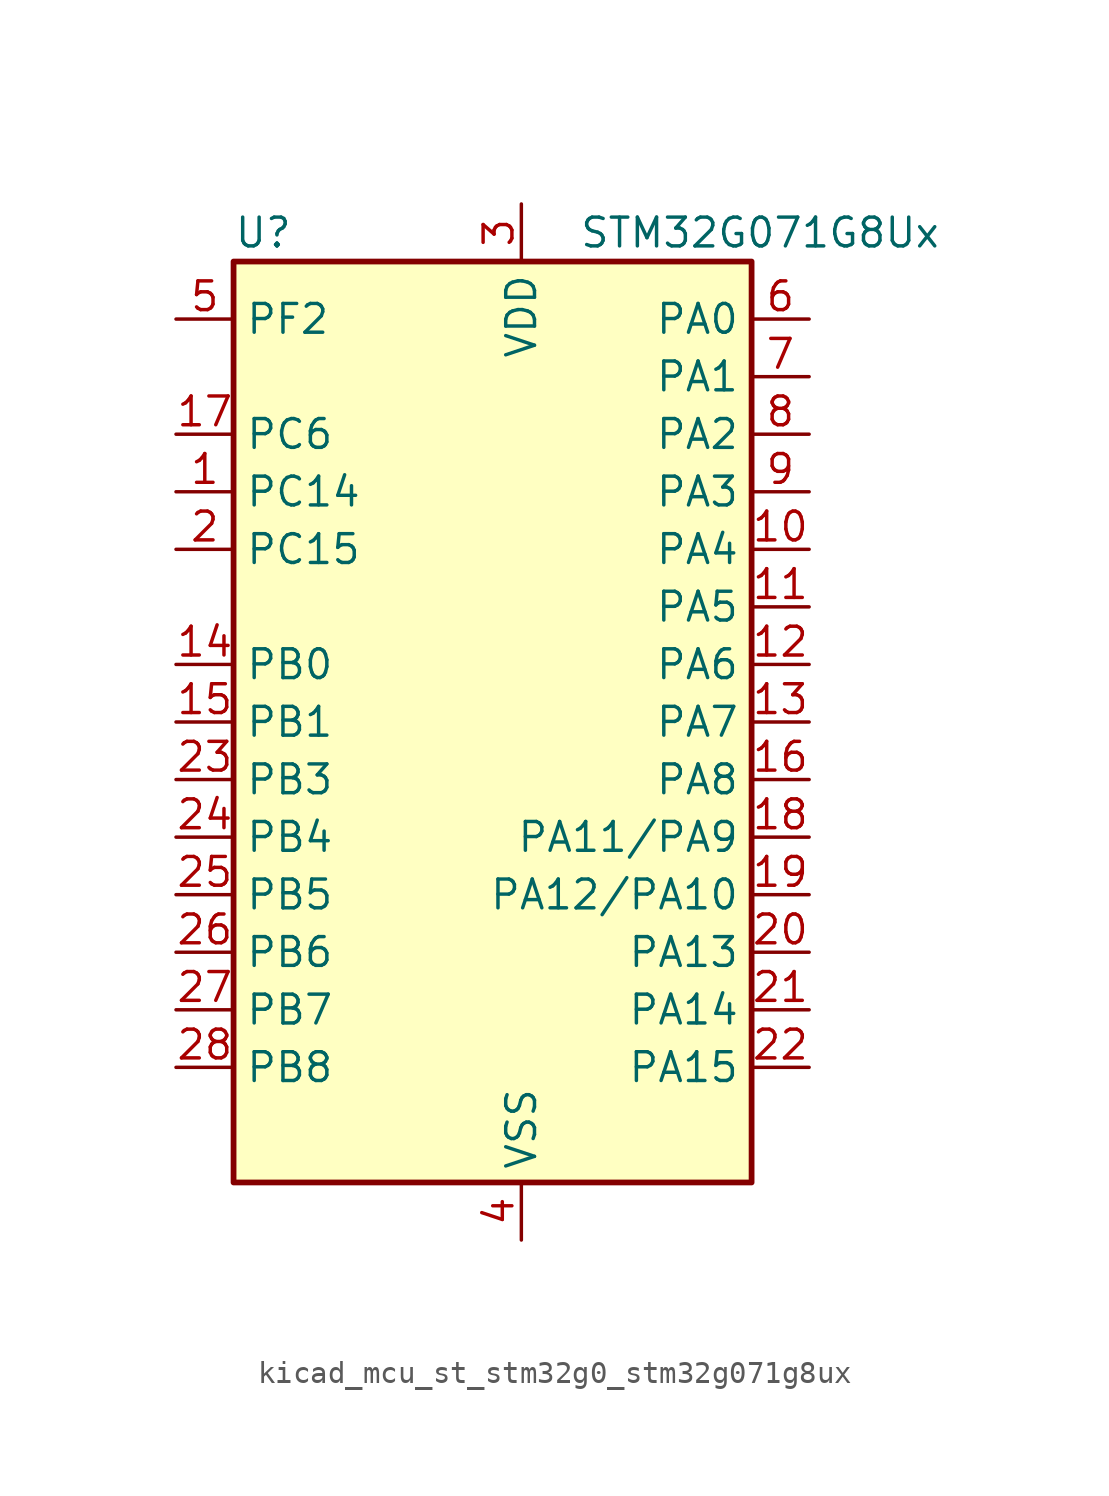
<source format=kicad_sym>
(kicad_symbol_lib
  (version 20220914)
  (generator kicad_symbol_editor)
  (symbol "kicad_mcu_st_stm32g0_stm32g071g8ux"
    (property "Reference" "U"
      (at -10.16 21.59 0)
      (effects (font (size 1.27 1.27)) (justify left)))
    (property "Value" "STM32G071G8Ux"
      (at 5.08 21.59 0)
      (effects (font (size 1.27 1.27)) (justify left)))
    (property "ki_locked" ""
      (at 0 0 0)
      (effects (font (size 1.27 1.27))))
    (symbol "kicad_mcu_st_stm32g0_stm32g071g8ux_0_1"
      (rectangle (start -10.16 -20.32) (end 12.7 20.32) (stroke (width 0.254) (type default)) (fill (type background))))
    (symbol "kicad_mcu_st_stm32g0_stm32g071g8ux_1_1"
      (pin bidirectional line (at -12.7 10.16 0) (length 2.54) (name "PC14" (effects (font (size 1.27 1.27)))) (number "1" (effects (font (size 1.27 1.27)))) (alternate "RCC_OSC32_IN" bidirectional line) (alternate "RCC_OSC_IN" bidirectional line) (alternate "TIM1_BK2" bidirectional line))
      (pin bidirectional line (at 15.24 7.62 180) (length 2.54) (name "PA4" (effects (font (size 1.27 1.27)))) (number "10" (effects (font (size 1.27 1.27)))) (alternate "ADC1_IN4" bidirectional line) (alternate "DAC1_OUT1" bidirectional line) (alternate "I2S1_WS" bidirectional line) (alternate "LPTIM2_OUT" bidirectional line) (alternate "RTC_OUT_ALARM" bidirectional line) (alternate "RTC_OUT_CALIB" bidirectional line) (alternate "RTC_TAMP_IN1" bidirectional line) (alternate "RTC_TS" bidirectional line) (alternate "SPI1_NSS" bidirectional line) (alternate "SPI2_MOSI" bidirectional line) (alternate "SYS_WKUP2" bidirectional line) (alternate "TIM14_CH1" bidirectional line))
      (pin bidirectional line (at 15.24 5.08 180) (length 2.54) (name "PA5" (effects (font (size 1.27 1.27)))) (number "11" (effects (font (size 1.27 1.27)))) (alternate "ADC1_IN5" bidirectional line) (alternate "CEC" bidirectional line) (alternate "DAC1_OUT2" bidirectional line) (alternate "I2S1_CK" bidirectional line) (alternate "LPTIM2_ETR" bidirectional line) (alternate "SPI1_SCK" bidirectional line) (alternate "TIM2_CH1" bidirectional line) (alternate "TIM2_ETR" bidirectional line) (alternate "UCPD1_FRSTX1" bidirectional line) (alternate "UCPD1_FRSTX2" bidirectional line) (alternate "USART3_TX" bidirectional line))
      (pin bidirectional line (at 15.24 2.54 180) (length 2.54) (name "PA6" (effects (font (size 1.27 1.27)))) (number "12" (effects (font (size 1.27 1.27)))) (alternate "ADC1_IN6" bidirectional line) (alternate "COMP1_OUT" bidirectional line) (alternate "I2S1_MCK" bidirectional line) (alternate "LPUART1_CTS" bidirectional line) (alternate "SPI1_MISO" bidirectional line) (alternate "TIM16_CH1" bidirectional line) (alternate "TIM1_BK" bidirectional line) (alternate "TIM3_CH1" bidirectional line) (alternate "USART3_CTS" bidirectional line) (alternate "USART3_NSS" bidirectional line))
      (pin bidirectional line (at 15.24 0 180) (length 2.54) (name "PA7" (effects (font (size 1.27 1.27)))) (number "13" (effects (font (size 1.27 1.27)))) (alternate "ADC1_IN7" bidirectional line) (alternate "COMP2_OUT" bidirectional line) (alternate "I2S1_SD" bidirectional line) (alternate "SPI1_MOSI" bidirectional line) (alternate "TIM14_CH1" bidirectional line) (alternate "TIM17_CH1" bidirectional line) (alternate "TIM1_CH1N" bidirectional line) (alternate "TIM3_CH2" bidirectional line) (alternate "UCPD1_FRSTX1" bidirectional line) (alternate "UCPD1_FRSTX2" bidirectional line))
      (pin bidirectional line (at -12.7 2.54 0) (length 2.54) (name "PB0" (effects (font (size 1.27 1.27)))) (number "14" (effects (font (size 1.27 1.27)))) (alternate "ADC1_IN8" bidirectional line) (alternate "COMP1_OUT" bidirectional line) (alternate "I2S1_WS" bidirectional line) (alternate "LPTIM1_OUT" bidirectional line) (alternate "SPI1_NSS" bidirectional line) (alternate "TIM1_CH2N" bidirectional line) (alternate "TIM3_CH3" bidirectional line) (alternate "UCPD1_FRSTX1" bidirectional line) (alternate "UCPD1_FRSTX2" bidirectional line) (alternate "USART3_RX" bidirectional line))
      (pin bidirectional line (at -12.7 0 0) (length 2.54) (name "PB1" (effects (font (size 1.27 1.27)))) (number "15" (effects (font (size 1.27 1.27)))) (alternate "ADC1_IN9" bidirectional line) (alternate "COMP1_INM" bidirectional line) (alternate "LPTIM2_IN1" bidirectional line) (alternate "LPUART1_DE" bidirectional line) (alternate "LPUART1_RTS" bidirectional line) (alternate "TIM14_CH1" bidirectional line) (alternate "TIM1_CH3N" bidirectional line) (alternate "TIM3_CH4" bidirectional line) (alternate "USART3_CK" bidirectional line) (alternate "USART3_DE" bidirectional line) (alternate "USART3_RTS" bidirectional line))
      (pin bidirectional line (at 15.24 -2.54 180) (length 2.54) (name "PA8" (effects (font (size 1.27 1.27)))) (number "16" (effects (font (size 1.27 1.27)))) (alternate "LPTIM2_OUT" bidirectional line) (alternate "RCC_MCO" bidirectional line) (alternate "SPI2_NSS" bidirectional line) (alternate "TIM1_CH1" bidirectional line) (alternate "UCPD1_CC1" bidirectional line))
      (pin bidirectional line (at -12.7 12.7 0) (length 2.54) (name "PC6" (effects (font (size 1.27 1.27)))) (number "17" (effects (font (size 1.27 1.27)))) (alternate "TIM2_CH3" bidirectional line) (alternate "TIM3_CH1" bidirectional line) (alternate "UCPD1_FRSTX1" bidirectional line) (alternate "UCPD1_FRSTX2" bidirectional line))
      (pin bidirectional line (at 15.24 -5.08 180) (length 2.54) (name "PA11/PA9" (effects (font (size 1.27 1.27)))) (number "18" (effects (font (size 1.27 1.27)))) (alternate "ADC1_EXTI11" bidirectional line) (alternate "COMP1_OUT" bidirectional line) (alternate "I2C2_SCL" bidirectional line) (alternate "I2S1_MCK" bidirectional line) (alternate "SPI1_MISO" bidirectional line) (alternate "TIM1_BK2" bidirectional line) (alternate "TIM1_CH4" bidirectional line) (alternate "USART1_CTS" bidirectional line) (alternate "USART1_NSS" bidirectional line))
      (pin bidirectional line (at 15.24 -7.62 180) (length 2.54) (name "PA12/PA10" (effects (font (size 1.27 1.27)))) (number "19" (effects (font (size 1.27 1.27)))) (alternate "COMP2_OUT" bidirectional line) (alternate "I2C2_SDA" bidirectional line) (alternate "I2S1_SD" bidirectional line) (alternate "I2S_CKIN" bidirectional line) (alternate "SPI1_MOSI" bidirectional line) (alternate "TIM1_ETR" bidirectional line) (alternate "USART1_CK" bidirectional line) (alternate "USART1_DE" bidirectional line) (alternate "USART1_RTS" bidirectional line))
      (pin bidirectional line (at -12.7 7.62 0) (length 2.54) (name "PC15" (effects (font (size 1.27 1.27)))) (number "2" (effects (font (size 1.27 1.27)))) (alternate "RCC_OSC32_EN" bidirectional line) (alternate "RCC_OSC32_OUT" bidirectional line) (alternate "RCC_OSC_EN" bidirectional line) (alternate "TIM15_BK" bidirectional line))
      (pin bidirectional line (at 15.24 -10.16 180) (length 2.54) (name "PA13" (effects (font (size 1.27 1.27)))) (number "20" (effects (font (size 1.27 1.27)))) (alternate "IR_OUT" bidirectional line) (alternate "SYS_SWDIO" bidirectional line))
      (pin bidirectional line (at 15.24 -12.7 180) (length 2.54) (name "PA14" (effects (font (size 1.27 1.27)))) (number "21" (effects (font (size 1.27 1.27)))) (alternate "SYS_SWCLK" bidirectional line) (alternate "USART2_TX" bidirectional line))
      (pin bidirectional line (at 15.24 -15.24 180) (length 2.54) (name "PA15" (effects (font (size 1.27 1.27)))) (number "22" (effects (font (size 1.27 1.27)))) (alternate "I2S1_WS" bidirectional line) (alternate "SPI1_NSS" bidirectional line) (alternate "TIM2_CH1" bidirectional line) (alternate "TIM2_ETR" bidirectional line) (alternate "USART2_RX" bidirectional line) (alternate "USART3_CK" bidirectional line) (alternate "USART3_DE" bidirectional line) (alternate "USART3_RTS" bidirectional line) (alternate "USART4_CK" bidirectional line) (alternate "USART4_DE" bidirectional line) (alternate "USART4_RTS" bidirectional line))
      (pin bidirectional line (at -12.7 -2.54 0) (length 2.54) (name "PB3" (effects (font (size 1.27 1.27)))) (number "23" (effects (font (size 1.27 1.27)))) (alternate "COMP2_INM" bidirectional line) (alternate "I2S1_CK" bidirectional line) (alternate "SPI1_SCK" bidirectional line) (alternate "TIM1_CH2" bidirectional line) (alternate "TIM2_CH2" bidirectional line) (alternate "USART1_CK" bidirectional line) (alternate "USART1_DE" bidirectional line) (alternate "USART1_RTS" bidirectional line))
      (pin bidirectional line (at -12.7 -5.08 0) (length 2.54) (name "PB4" (effects (font (size 1.27 1.27)))) (number "24" (effects (font (size 1.27 1.27)))) (alternate "COMP2_INP" bidirectional line) (alternate "I2S1_MCK" bidirectional line) (alternate "SPI1_MISO" bidirectional line) (alternate "TIM17_BK" bidirectional line) (alternate "TIM3_CH1" bidirectional line) (alternate "USART1_CTS" bidirectional line) (alternate "USART1_NSS" bidirectional line))
      (pin bidirectional line (at -12.7 -7.62 0) (length 2.54) (name "PB5" (effects (font (size 1.27 1.27)))) (number "25" (effects (font (size 1.27 1.27)))) (alternate "COMP2_OUT" bidirectional line) (alternate "I2C1_SMBA" bidirectional line) (alternate "I2S1_SD" bidirectional line) (alternate "LPTIM1_IN1" bidirectional line) (alternate "SPI1_MOSI" bidirectional line) (alternate "SYS_WKUP6" bidirectional line) (alternate "TIM16_BK" bidirectional line) (alternate "TIM3_CH2" bidirectional line))
      (pin bidirectional line (at -12.7 -10.16 0) (length 2.54) (name "PB6" (effects (font (size 1.27 1.27)))) (number "26" (effects (font (size 1.27 1.27)))) (alternate "COMP2_INP" bidirectional line) (alternate "I2C1_SCL" bidirectional line) (alternate "LPTIM1_ETR" bidirectional line) (alternate "SPI2_MISO" bidirectional line) (alternate "TIM16_CH1N" bidirectional line) (alternate "TIM1_CH3" bidirectional line) (alternate "USART1_TX" bidirectional line))
      (pin bidirectional line (at -12.7 -12.7 0) (length 2.54) (name "PB7" (effects (font (size 1.27 1.27)))) (number "27" (effects (font (size 1.27 1.27)))) (alternate "COMP2_INM" bidirectional line) (alternate "I2C1_SDA" bidirectional line) (alternate "LPTIM1_IN2" bidirectional line) (alternate "SPI2_MOSI" bidirectional line) (alternate "SYS_PVD_IN" bidirectional line) (alternate "TIM17_CH1N" bidirectional line) (alternate "USART1_RX" bidirectional line) (alternate "USART4_CTS" bidirectional line) (alternate "USART4_NSS" bidirectional line))
      (pin bidirectional line (at -12.7 -15.24 0) (length 2.54) (name "PB8" (effects (font (size 1.27 1.27)))) (number "28" (effects (font (size 1.27 1.27)))) (alternate "CEC" bidirectional line) (alternate "I2C1_SCL" bidirectional line) (alternate "SPI2_SCK" bidirectional line) (alternate "TIM15_BK" bidirectional line) (alternate "TIM16_CH1" bidirectional line) (alternate "USART3_TX" bidirectional line))
      (pin power_in line (at 2.54 22.86 270) (length 2.54) (name "VDD" (effects (font (size 1.27 1.27)))) (number "3" (effects (font (size 1.27 1.27)))))
      (pin power_in line (at 2.54 -22.86 90) (length 2.54) (name "VSS" (effects (font (size 1.27 1.27)))) (number "4" (effects (font (size 1.27 1.27)))))
      (pin bidirectional line (at -12.7 17.78 0) (length 2.54) (name "PF2" (effects (font (size 1.27 1.27)))) (number "5" (effects (font (size 1.27 1.27)))) (alternate "RCC_MCO" bidirectional line))
      (pin bidirectional line (at 15.24 17.78 180) (length 2.54) (name "PA0" (effects (font (size 1.27 1.27)))) (number "6" (effects (font (size 1.27 1.27)))) (alternate "ADC1_IN0" bidirectional line) (alternate "COMP1_INM" bidirectional line) (alternate "COMP1_OUT" bidirectional line) (alternate "LPTIM1_OUT" bidirectional line) (alternate "RTC_TAMP_IN2" bidirectional line) (alternate "SPI2_SCK" bidirectional line) (alternate "SYS_WKUP1" bidirectional line) (alternate "TIM2_CH1" bidirectional line) (alternate "TIM2_ETR" bidirectional line) (alternate "USART2_CTS" bidirectional line) (alternate "USART2_NSS" bidirectional line) (alternate "USART4_TX" bidirectional line))
      (pin bidirectional line (at 15.24 15.24 180) (length 2.54) (name "PA1" (effects (font (size 1.27 1.27)))) (number "7" (effects (font (size 1.27 1.27)))) (alternate "ADC1_IN1" bidirectional line) (alternate "COMP1_INP" bidirectional line) (alternate "I2C1_SMBA" bidirectional line) (alternate "I2S1_CK" bidirectional line) (alternate "SPI1_SCK" bidirectional line) (alternate "TIM15_CH1N" bidirectional line) (alternate "TIM2_CH2" bidirectional line) (alternate "USART2_CK" bidirectional line) (alternate "USART2_DE" bidirectional line) (alternate "USART2_RTS" bidirectional line) (alternate "USART4_RX" bidirectional line))
      (pin bidirectional line (at 15.24 12.7 180) (length 2.54) (name "PA2" (effects (font (size 1.27 1.27)))) (number "8" (effects (font (size 1.27 1.27)))) (alternate "ADC1_IN2" bidirectional line) (alternate "COMP2_INM" bidirectional line) (alternate "COMP2_OUT" bidirectional line) (alternate "I2S1_SD" bidirectional line) (alternate "LPUART1_TX" bidirectional line) (alternate "RCC_LSCO" bidirectional line) (alternate "SPI1_MOSI" bidirectional line) (alternate "SYS_WKUP4" bidirectional line) (alternate "TIM15_CH1" bidirectional line) (alternate "TIM2_CH3" bidirectional line) (alternate "UCPD1_FRSTX1" bidirectional line) (alternate "UCPD1_FRSTX2" bidirectional line) (alternate "USART2_TX" bidirectional line))
      (pin bidirectional line (at 15.24 10.16 180) (length 2.54) (name "PA3" (effects (font (size 1.27 1.27)))) (number "9" (effects (font (size 1.27 1.27)))) (alternate "ADC1_IN3" bidirectional line) (alternate "COMP2_INP" bidirectional line) (alternate "LPUART1_RX" bidirectional line) (alternate "SPI2_MISO" bidirectional line) (alternate "TIM15_CH2" bidirectional line) (alternate "TIM2_CH4" bidirectional line) (alternate "USART2_RX" bidirectional line)))))
</source>
